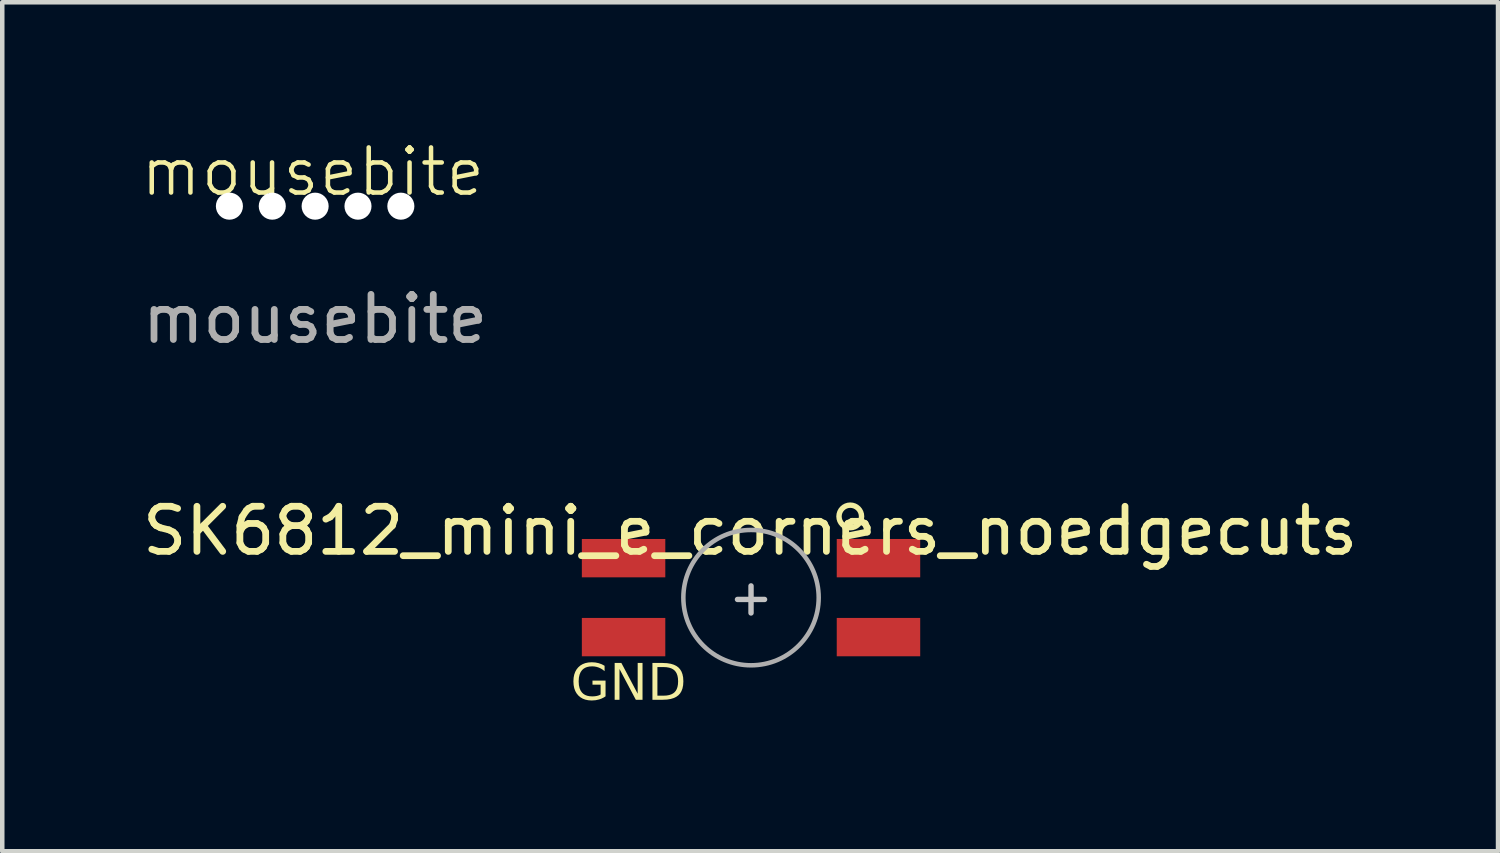
<source format=kicad_pcb>
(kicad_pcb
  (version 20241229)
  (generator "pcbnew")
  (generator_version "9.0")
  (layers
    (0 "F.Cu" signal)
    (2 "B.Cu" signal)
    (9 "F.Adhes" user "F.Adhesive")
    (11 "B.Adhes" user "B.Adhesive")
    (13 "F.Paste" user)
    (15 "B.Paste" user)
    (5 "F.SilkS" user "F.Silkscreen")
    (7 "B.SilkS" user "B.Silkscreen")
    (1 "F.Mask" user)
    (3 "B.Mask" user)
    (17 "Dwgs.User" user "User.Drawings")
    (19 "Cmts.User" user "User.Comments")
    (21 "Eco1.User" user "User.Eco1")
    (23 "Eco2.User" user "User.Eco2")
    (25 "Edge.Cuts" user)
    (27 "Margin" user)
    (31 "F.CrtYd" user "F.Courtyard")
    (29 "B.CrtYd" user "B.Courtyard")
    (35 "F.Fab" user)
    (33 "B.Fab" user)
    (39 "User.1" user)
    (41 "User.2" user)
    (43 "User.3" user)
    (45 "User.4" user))
  (footprint "SK6812_mini_e_corners_noedgecuts"
    (layer "F.Cu")
    (at 13.597 10.197)
    (property "Reference" "SK6812_mini_e_corners_noedgecuts" (at -0.02 -1.48 0) (layer "F.SilkS") (effects (font (size 1 1) (thickness 0.15))))
    (attr through_hole)
    (fp_poly (pts (xy -1.9 1.25) (xy -3.3 1.25) (xy -3.7 0.85) (xy -3.7 0.5) (xy -1.9 0.5)) (stroke (width 0.1) (type solid)) (fill yes) (layer "F.Mask"))
    (fp_circle (center 2.2 -1.8) (end 2.35 -2) (stroke (width 0.12) (type solid)) (fill no) (layer "F.SilkS"))
    (fp_poly (pts (xy -1.9 1.25) (xy -3.3 1.25) (xy -3.7 0.85) (xy -3.7 0.5) (xy -1.9 0.5)) (stroke (width 0.1) (type solid)) (fill yes) (layer "F.Paste"))
    (fp_line (start -0.3 0.04) (end 0.3 0.04) (stroke (width 0.12) (type solid)) (layer "Dwgs.User"))
    (fp_line (start 0 0.34) (end 0 -0.26) (stroke (width 0.12) (type solid)) (layer "Dwgs.User"))
    (fp_circle (center 0 0) (end 0 -1.5) (stroke (width 0.1) (type solid)) (fill no) (layer "F.Fab"))
    (fp_text user "GND" (at -4 2.4 0) (unlocked yes) (layer "F.SilkS") (effects (font (face "Fira Sans") (size 0.8 0.8) (thickness 0.1)) (justify left bottom)))
    (pad "1" smd rect (at 2.825 0.875) (size 1.85 0.85) (layers "F.Cu" "F.Mask" "F.Paste"))
    (pad "2" smd rect (at -2.825 0.875) (size 1.85 0.85) (layers "F.Cu"))
    (pad "3" smd rect (at -2.825 -0.875 180) (size 1.85 0.85) (layers "F.Cu" "F.Mask" "F.Paste"))
    (pad "4" smd rect (at 2.825 -0.875 180) (size 1.85 0.85) (layers "F.Cu" "F.Mask" "F.Paste")))
  (footprint "mousebite"
    (layer "F.Cu")
    (at 3.935 1.52)
    (property "Reference" "mousebite" (at -0.05 -0.76 0) (unlocked yes) (layer "F.SilkS") (effects (font (size 1 1) (thickness 0.1))))
    (attr smd)
    (fp_text user "${REFERENCE}" (at 0 2.5 0) (unlocked yes) (layer "F.Fab") (effects (font (size 1 1) (thickness 0.15))))
    (pad "" np_thru_hole circle (at -1.9 0) (size 0.6 0.6) (drill 0.6) (layers "*.Cu" "*.Mask"))
    (pad "" np_thru_hole circle (at -0.95 0) (size 0.6 0.6) (drill 0.6) (layers "*.Cu" "*.Mask"))
    (pad "" np_thru_hole circle (at 0 0) (size 0.6 0.6) (drill 0.6) (layers "*.Cu" "*.Mask"))
    (pad "" np_thru_hole circle (at 0.95 0) (size 0.6 0.6) (drill 0.6) (layers "*.Cu" "*.Mask"))
    (pad "" np_thru_hole circle (at 1.9 0) (size 0.6 0.6) (drill 0.6) (layers "*.Cu" "*.Mask")))
  (gr_rect
    (start -3 -3)
    (end 30.155 15.819)
    (stroke (width 0.1) (type default))
    (fill no)
    (layer "Edge.Cuts")))
</source>
